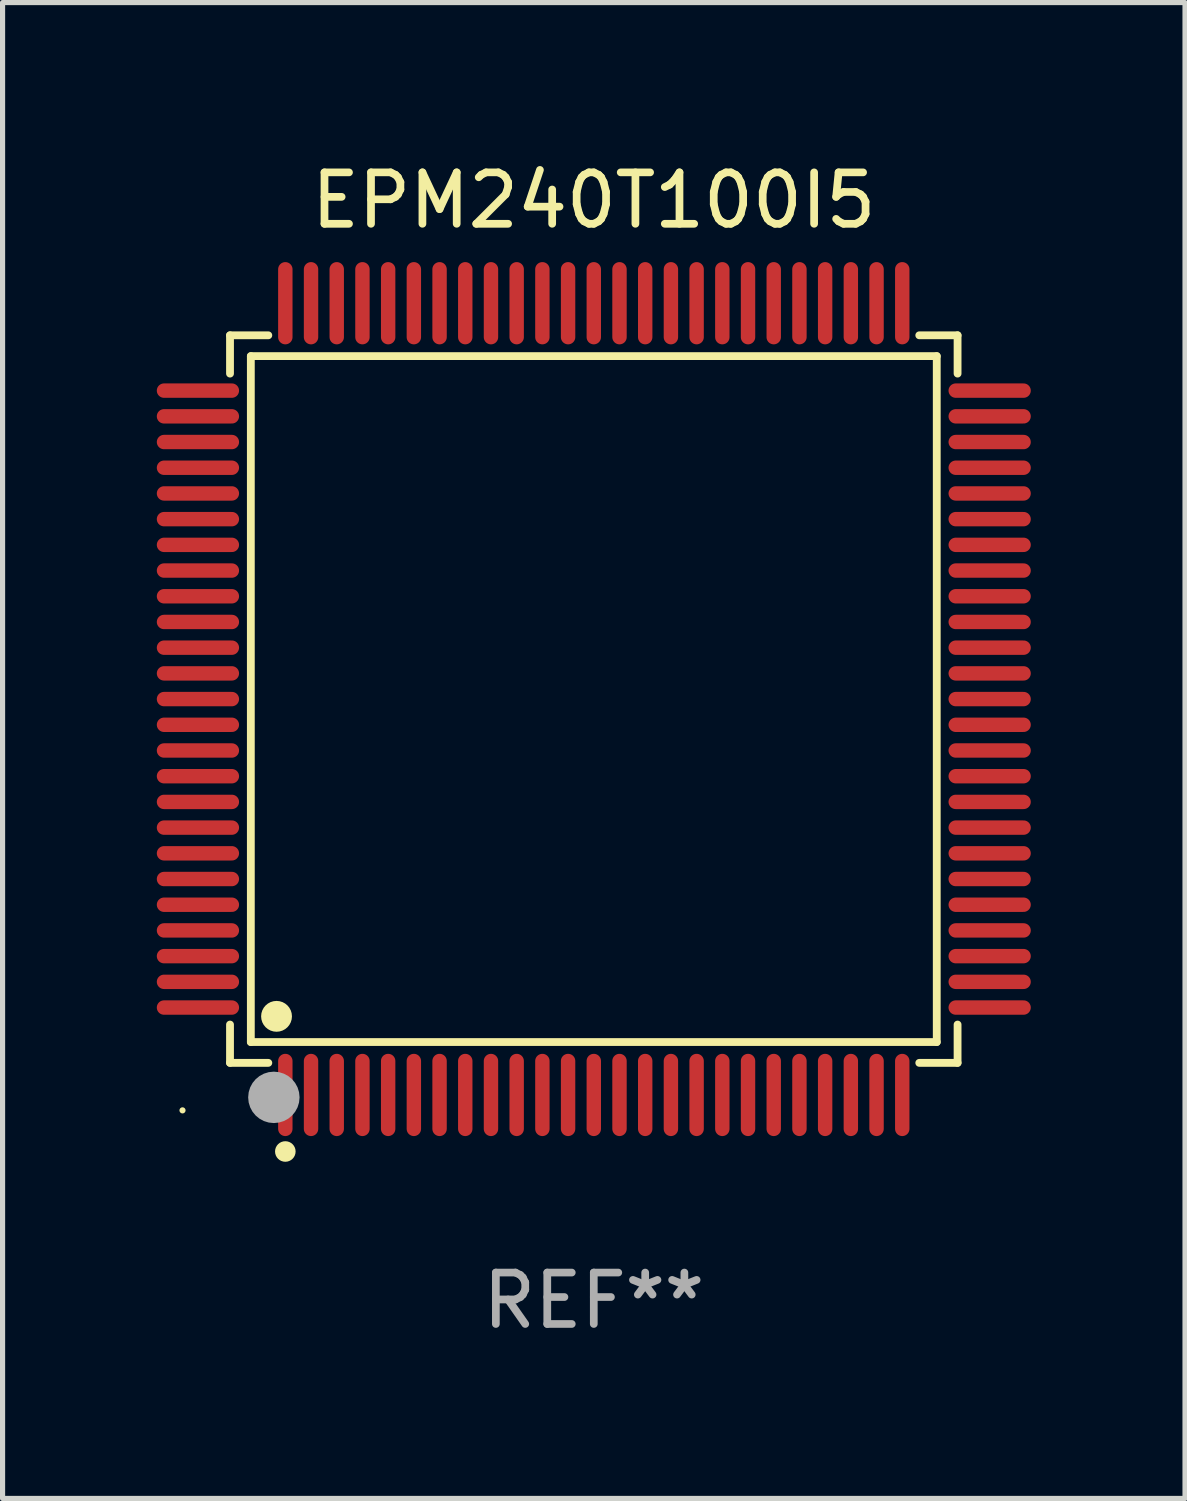
<source format=kicad_pcb>
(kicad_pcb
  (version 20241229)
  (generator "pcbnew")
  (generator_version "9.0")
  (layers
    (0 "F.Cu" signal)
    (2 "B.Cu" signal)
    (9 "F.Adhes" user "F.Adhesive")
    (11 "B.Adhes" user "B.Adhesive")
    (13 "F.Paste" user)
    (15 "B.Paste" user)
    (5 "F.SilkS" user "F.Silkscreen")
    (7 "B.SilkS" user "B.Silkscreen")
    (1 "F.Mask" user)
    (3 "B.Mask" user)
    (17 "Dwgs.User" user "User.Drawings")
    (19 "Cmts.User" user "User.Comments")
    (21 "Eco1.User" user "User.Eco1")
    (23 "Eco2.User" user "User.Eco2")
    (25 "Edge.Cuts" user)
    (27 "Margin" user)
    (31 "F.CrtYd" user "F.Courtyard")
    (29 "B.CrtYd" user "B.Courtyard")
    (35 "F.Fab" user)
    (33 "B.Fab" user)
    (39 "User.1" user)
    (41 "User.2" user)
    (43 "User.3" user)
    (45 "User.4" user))
  (footprint "EPM240T100I5"
    (layer "F.Cu")
    (at 8.5 10.548)
    (property "Reference" "EPM240T100I5" (at 0 -9.7 0) (layer "F.SilkS") (effects (font (size 1 1) (thickness 0.15))))
    (attr through_hole)
    (fp_line (start -7.076 -7.076) (end -6.331 -7.076) (stroke (width 0.152) (type solid)) (layer "F.SilkS"))
    (fp_line (start -7.076 -6.331) (end -7.076 -7.076) (stroke (width 0.152) (type solid)) (layer "F.SilkS"))
    (fp_line (start -7.076 6.331) (end -7.076 7.076) (stroke (width 0.152) (type solid)) (layer "F.SilkS"))
    (fp_line (start -7.076 7.076) (end -6.331 7.076) (stroke (width 0.152) (type solid)) (layer "F.SilkS"))
    (fp_line (start -6.671 -6.671) (end 6.671 -6.671) (stroke (width 0.152) (type solid)) (layer "F.SilkS"))
    (fp_line (start -6.671 6.671) (end -6.671 -6.671) (stroke (width 0.152) (type solid)) (layer "F.SilkS"))
    (fp_line (start 6.671 -6.671) (end 6.671 6.671) (stroke (width 0.152) (type solid)) (layer "F.SilkS"))
    (fp_line (start 6.671 6.671) (end -6.671 6.671) (stroke (width 0.152) (type solid)) (layer "F.SilkS"))
    (fp_line (start 7.076 -7.076) (end 6.331 -7.076) (stroke (width 0.152) (type solid)) (layer "F.SilkS"))
    (fp_line (start 7.076 -6.331) (end 7.076 -7.076) (stroke (width 0.152) (type solid)) (layer "F.SilkS"))
    (fp_line (start 7.076 6.331) (end 7.076 7.076) (stroke (width 0.152) (type solid)) (layer "F.SilkS"))
    (fp_line (start 7.076 7.076) (end 6.331 7.076) (stroke (width 0.152) (type solid)) (layer "F.SilkS"))
    (fp_circle (center -8 8) (end -7.97 8) (stroke (width 0.06) (type solid)) (fill no) (layer "F.SilkS"))
    (fp_circle (center -6.171 6.171) (end -6.021 6.171) (stroke (width 0.3) (type solid)) (fill no) (layer "F.SilkS"))
    (fp_circle (center -6 8.8) (end -5.9 8.8) (stroke (width 0.2) (type solid)) (fill no) (layer "F.SilkS"))
    (fp_circle (center -6.223 7.747) (end -5.973 7.747) (stroke (width 0.5) (type solid)) (fill no) (layer "F.Fab"))
    (fp_text user "REF**" (at 0 11.7 0) (layer "F.Fab") (effects (font (size 1 1) (thickness 0.15))))
    (pad "1" smd oval (at -6 7.7) (size 0.28 1.6) (layers "F.Cu" "F.Mask" "F.Paste"))
    (pad "2" smd oval (at -5.5 7.7) (size 0.28 1.6) (layers "F.Cu" "F.Mask" "F.Paste"))
    (pad "3" smd oval (at -5 7.7) (size 0.28 1.6) (layers "F.Cu" "F.Mask" "F.Paste"))
    (pad "4" smd oval (at -4.5 7.7) (size 0.28 1.6) (layers "F.Cu" "F.Mask" "F.Paste"))
    (pad "5" smd oval (at -4 7.7) (size 0.28 1.6) (layers "F.Cu" "F.Mask" "F.Paste"))
    (pad "6" smd oval (at -3.5 7.7) (size 0.28 1.6) (layers "F.Cu" "F.Mask" "F.Paste"))
    (pad "7" smd oval (at -3 7.7) (size 0.28 1.6) (layers "F.Cu" "F.Mask" "F.Paste"))
    (pad "8" smd oval (at -2.5 7.7) (size 0.28 1.6) (layers "F.Cu" "F.Mask" "F.Paste"))
    (pad "9" smd oval (at -2 7.7) (size 0.28 1.6) (layers "F.Cu" "F.Mask" "F.Paste"))
    (pad "10" smd oval (at -1.5 7.7) (size 0.28 1.6) (layers "F.Cu" "F.Mask" "F.Paste"))
    (pad "11" smd oval (at -1 7.7) (size 0.28 1.6) (layers "F.Cu" "F.Mask" "F.Paste"))
    (pad "12" smd oval (at -0.5 7.7) (size 0.28 1.6) (layers "F.Cu" "F.Mask" "F.Paste"))
    (pad "13" smd oval (at 0 7.7) (size 0.28 1.6) (layers "F.Cu" "F.Mask" "F.Paste"))
    (pad "14" smd oval (at 0.5 7.7) (size 0.28 1.6) (layers "F.Cu" "F.Mask" "F.Paste"))
    (pad "15" smd oval (at 1 7.7) (size 0.28 1.6) (layers "F.Cu" "F.Mask" "F.Paste"))
    (pad "16" smd oval (at 1.5 7.7) (size 0.28 1.6) (layers "F.Cu" "F.Mask" "F.Paste"))
    (pad "17" smd oval (at 2 7.7) (size 0.28 1.6) (layers "F.Cu" "F.Mask" "F.Paste"))
    (pad "18" smd oval (at 2.5 7.7) (size 0.28 1.6) (layers "F.Cu" "F.Mask" "F.Paste"))
    (pad "19" smd oval (at 3 7.7) (size 0.28 1.6) (layers "F.Cu" "F.Mask" "F.Paste"))
    (pad "20" smd oval (at 3.5 7.7) (size 0.28 1.6) (layers "F.Cu" "F.Mask" "F.Paste"))
    (pad "21" smd oval (at 4 7.7) (size 0.28 1.6) (layers "F.Cu" "F.Mask" "F.Paste"))
    (pad "22" smd oval (at 4.5 7.7) (size 0.28 1.6) (layers "F.Cu" "F.Mask" "F.Paste"))
    (pad "23" smd oval (at 5 7.7) (size 0.28 1.6) (layers "F.Cu" "F.Mask" "F.Paste"))
    (pad "24" smd oval (at 5.5 7.7) (size 0.28 1.6) (layers "F.Cu" "F.Mask" "F.Paste"))
    (pad "25" smd oval (at 6 7.7) (size 0.28 1.6) (layers "F.Cu" "F.Mask" "F.Paste"))
    (pad "26" smd oval (at 7.7 6) (size 1.6 0.28) (layers "F.Cu" "F.Mask" "F.Paste"))
    (pad "27" smd oval (at 7.7 5.5) (size 1.6 0.28) (layers "F.Cu" "F.Mask" "F.Paste"))
    (pad "28" smd oval (at 7.7 5) (size 1.6 0.28) (layers "F.Cu" "F.Mask" "F.Paste"))
    (pad "29" smd oval (at 7.7 4.5) (size 1.6 0.28) (layers "F.Cu" "F.Mask" "F.Paste"))
    (pad "30" smd oval (at 7.7 4) (size 1.6 0.28) (layers "F.Cu" "F.Mask" "F.Paste"))
    (pad "31" smd oval (at 7.7 3.5) (size 1.6 0.28) (layers "F.Cu" "F.Mask" "F.Paste"))
    (pad "32" smd oval (at 7.7 3) (size 1.6 0.28) (layers "F.Cu" "F.Mask" "F.Paste"))
    (pad "33" smd oval (at 7.7 2.5) (size 1.6 0.28) (layers "F.Cu" "F.Mask" "F.Paste"))
    (pad "34" smd oval (at 7.7 2) (size 1.6 0.28) (layers "F.Cu" "F.Mask" "F.Paste"))
    (pad "35" smd oval (at 7.7 1.5) (size 1.6 0.28) (layers "F.Cu" "F.Mask" "F.Paste"))
    (pad "36" smd oval (at 7.7 1) (size 1.6 0.28) (layers "F.Cu" "F.Mask" "F.Paste"))
    (pad "37" smd oval (at 7.7 0.5) (size 1.6 0.28) (layers "F.Cu" "F.Mask" "F.Paste"))
    (pad "38" smd oval (at 7.7 0) (size 1.6 0.28) (layers "F.Cu" "F.Mask" "F.Paste"))
    (pad "39" smd oval (at 7.7 -0.5) (size 1.6 0.28) (layers "F.Cu" "F.Mask" "F.Paste"))
    (pad "40" smd oval (at 7.7 -1) (size 1.6 0.28) (layers "F.Cu" "F.Mask" "F.Paste"))
    (pad "41" smd oval (at 7.7 -1.5) (size 1.6 0.28) (layers "F.Cu" "F.Mask" "F.Paste"))
    (pad "42" smd oval (at 7.7 -2) (size 1.6 0.28) (layers "F.Cu" "F.Mask" "F.Paste"))
    (pad "43" smd oval (at 7.7 -2.5) (size 1.6 0.28) (layers "F.Cu" "F.Mask" "F.Paste"))
    (pad "44" smd oval (at 7.7 -3) (size 1.6 0.28) (layers "F.Cu" "F.Mask" "F.Paste"))
    (pad "45" smd oval (at 7.7 -3.5) (size 1.6 0.28) (layers "F.Cu" "F.Mask" "F.Paste"))
    (pad "46" smd oval (at 7.7 -4) (size 1.6 0.28) (layers "F.Cu" "F.Mask" "F.Paste"))
    (pad "47" smd oval (at 7.7 -4.5) (size 1.6 0.28) (layers "F.Cu" "F.Mask" "F.Paste"))
    (pad "48" smd oval (at 7.7 -5) (size 1.6 0.28) (layers "F.Cu" "F.Mask" "F.Paste"))
    (pad "49" smd oval (at 7.7 -5.5) (size 1.6 0.28) (layers "F.Cu" "F.Mask" "F.Paste"))
    (pad "50" smd oval (at 7.7 -6) (size 1.6 0.28) (layers "F.Cu" "F.Mask" "F.Paste"))
    (pad "51" smd oval (at 6 -7.7) (size 0.28 1.6) (layers "F.Cu" "F.Mask" "F.Paste"))
    (pad "52" smd oval (at 5.5 -7.7) (size 0.28 1.6) (layers "F.Cu" "F.Mask" "F.Paste"))
    (pad "53" smd oval (at 5 -7.7) (size 0.28 1.6) (layers "F.Cu" "F.Mask" "F.Paste"))
    (pad "54" smd oval (at 4.5 -7.7) (size 0.28 1.6) (layers "F.Cu" "F.Mask" "F.Paste"))
    (pad "55" smd oval (at 4 -7.7) (size 0.28 1.6) (layers "F.Cu" "F.Mask" "F.Paste"))
    (pad "56" smd oval (at 3.5 -7.7) (size 0.28 1.6) (layers "F.Cu" "F.Mask" "F.Paste"))
    (pad "57" smd oval (at 3 -7.7) (size 0.28 1.6) (layers "F.Cu" "F.Mask" "F.Paste"))
    (pad "58" smd oval (at 2.5 -7.7) (size 0.28 1.6) (layers "F.Cu" "F.Mask" "F.Paste"))
    (pad "59" smd oval (at 2 -7.7) (size 0.28 1.6) (layers "F.Cu" "F.Mask" "F.Paste"))
    (pad "60" smd oval (at 1.5 -7.7) (size 0.28 1.6) (layers "F.Cu" "F.Mask" "F.Paste"))
    (pad "61" smd oval (at 1 -7.7) (size 0.28 1.6) (layers "F.Cu" "F.Mask" "F.Paste"))
    (pad "62" smd oval (at 0.5 -7.7) (size 0.28 1.6) (layers "F.Cu" "F.Mask" "F.Paste"))
    (pad "63" smd oval (at 0 -7.7) (size 0.28 1.6) (layers "F.Cu" "F.Mask" "F.Paste"))
    (pad "64" smd oval (at -0.5 -7.7) (size 0.28 1.6) (layers "F.Cu" "F.Mask" "F.Paste"))
    (pad "65" smd oval (at -1 -7.7) (size 0.28 1.6) (layers "F.Cu" "F.Mask" "F.Paste"))
    (pad "66" smd oval (at -1.5 -7.7) (size 0.28 1.6) (layers "F.Cu" "F.Mask" "F.Paste"))
    (pad "67" smd oval (at -2 -7.7) (size 0.28 1.6) (layers "F.Cu" "F.Mask" "F.Paste"))
    (pad "68" smd oval (at -2.5 -7.7) (size 0.28 1.6) (layers "F.Cu" "F.Mask" "F.Paste"))
    (pad "69" smd oval (at -3 -7.7) (size 0.28 1.6) (layers "F.Cu" "F.Mask" "F.Paste"))
    (pad "70" smd oval (at -3.5 -7.7) (size 0.28 1.6) (layers "F.Cu" "F.Mask" "F.Paste"))
    (pad "71" smd oval (at -4 -7.7) (size 0.28 1.6) (layers "F.Cu" "F.Mask" "F.Paste"))
    (pad "72" smd oval (at -4.5 -7.7) (size 0.28 1.6) (layers "F.Cu" "F.Mask" "F.Paste"))
    (pad "73" smd oval (at -5 -7.7) (size 0.28 1.6) (layers "F.Cu" "F.Mask" "F.Paste"))
    (pad "74" smd oval (at -5.5 -7.7) (size 0.28 1.6) (layers "F.Cu" "F.Mask" "F.Paste"))
    (pad "75" smd oval (at -6 -7.7) (size 0.28 1.6) (layers "F.Cu" "F.Mask" "F.Paste"))
    (pad "76" smd oval (at -7.7 -6) (size 1.6 0.28) (layers "F.Cu" "F.Mask" "F.Paste"))
    (pad "77" smd oval (at -7.7 -5.5) (size 1.6 0.28) (layers "F.Cu" "F.Mask" "F.Paste"))
    (pad "78" smd oval (at -7.7 -5) (size 1.6 0.28) (layers "F.Cu" "F.Mask" "F.Paste"))
    (pad "79" smd oval (at -7.7 -4.5) (size 1.6 0.28) (layers "F.Cu" "F.Mask" "F.Paste"))
    (pad "80" smd oval (at -7.7 -4) (size 1.6 0.28) (layers "F.Cu" "F.Mask" "F.Paste"))
    (pad "81" smd oval (at -7.7 -3.5) (size 1.6 0.28) (layers "F.Cu" "F.Mask" "F.Paste"))
    (pad "82" smd oval (at -7.7 -3) (size 1.6 0.28) (layers "F.Cu" "F.Mask" "F.Paste"))
    (pad "83" smd oval (at -7.7 -2.5) (size 1.6 0.28) (layers "F.Cu" "F.Mask" "F.Paste"))
    (pad "84" smd oval (at -7.7 -2) (size 1.6 0.28) (layers "F.Cu" "F.Mask" "F.Paste"))
    (pad "85" smd oval (at -7.7 -1.5) (size 1.6 0.28) (layers "F.Cu" "F.Mask" "F.Paste"))
    (pad "86" smd oval (at -7.7 -1) (size 1.6 0.28) (layers "F.Cu" "F.Mask" "F.Paste"))
    (pad "87" smd oval (at -7.7 -0.5) (size 1.6 0.28) (layers "F.Cu" "F.Mask" "F.Paste"))
    (pad "88" smd oval (at -7.7 0) (size 1.6 0.28) (layers "F.Cu" "F.Mask" "F.Paste"))
    (pad "89" smd oval (at -7.7 0.5) (size 1.6 0.28) (layers "F.Cu" "F.Mask" "F.Paste"))
    (pad "90" smd oval (at -7.7 1) (size 1.6 0.28) (layers "F.Cu" "F.Mask" "F.Paste"))
    (pad "91" smd oval (at -7.7 1.5) (size 1.6 0.28) (layers "F.Cu" "F.Mask" "F.Paste"))
    (pad "92" smd oval (at -7.7 2) (size 1.6 0.28) (layers "F.Cu" "F.Mask" "F.Paste"))
    (pad "93" smd oval (at -7.7 2.5) (size 1.6 0.28) (layers "F.Cu" "F.Mask" "F.Paste"))
    (pad "94" smd oval (at -7.7 3) (size 1.6 0.28) (layers "F.Cu" "F.Mask" "F.Paste"))
    (pad "95" smd oval (at -7.7 3.5) (size 1.6 0.28) (layers "F.Cu" "F.Mask" "F.Paste"))
    (pad "96" smd oval (at -7.7 4) (size 1.6 0.28) (layers "F.Cu" "F.Mask" "F.Paste"))
    (pad "97" smd oval (at -7.7 4.5) (size 1.6 0.28) (layers "F.Cu" "F.Mask" "F.Paste"))
    (pad "98" smd oval (at -7.7 5) (size 1.6 0.28) (layers "F.Cu" "F.Mask" "F.Paste"))
    (pad "99" smd oval (at -7.7 5.5) (size 1.6 0.28) (layers "F.Cu" "F.Mask" "F.Paste"))
    (pad "100" smd oval (at -7.7 6) (size 1.6 0.28) (layers "F.Cu" "F.Mask" "F.Paste")))
  (gr_rect
    (start -3 -3)
    (end 20 26.097)
    (stroke (width 0.1) (type default))
    (fill no)
    (layer "Edge.Cuts")))
</source>
